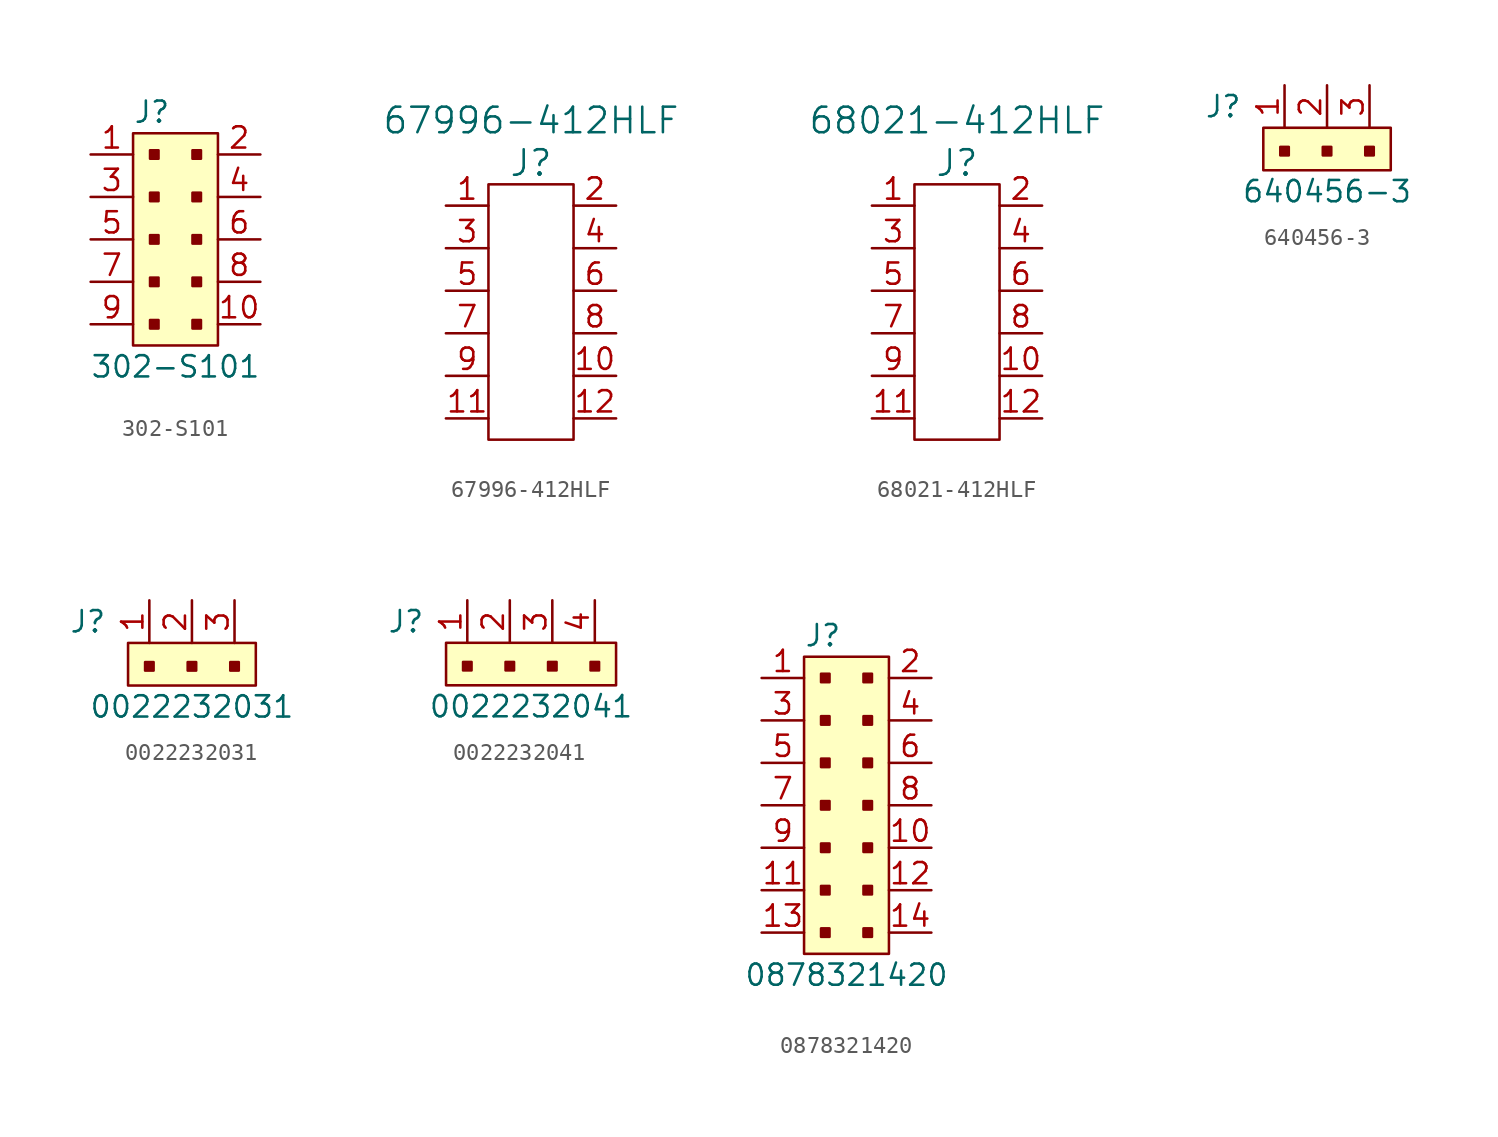
<source format=kicad_sym>
(kicad_symbol_lib
  (version 20211014)
  (generator kicad_symbol_editor)
  (symbol "302-S101"
    (pin_names
      (offset 1.016))
    (property "Reference" "J"
      (at -2.54 7.62 0)
      (effects (font (size 1.27 1.27)) (justify left)))
    (property "Value" "302-S101"
      (at 0 -7.62 0)
      (effects (font (size 1.27 1.27))))
    (symbol "302-S101_1_1"
      (rectangle (start -2.54 6.35) (end 2.54 -6.35) (stroke (width 0) (type default) (color 0 0 0 0)) (fill (type background)))
      (rectangle (start -1.524 -4.826) (end -1.016 -5.334) (stroke (width 0) (type default) (color 0 0 0 0)) (fill (type outline)))
      (rectangle (start -1.524 -2.286) (end -1.016 -2.794) (stroke (width 0) (type default) (color 0 0 0 0)) (fill (type outline)))
      (rectangle (start -1.524 0.254) (end -1.016 -0.254) (stroke (width 0) (type default) (color 0 0 0 0)) (fill (type outline)))
      (rectangle (start -1.524 2.794) (end -1.016 2.286) (stroke (width 0) (type default) (color 0 0 0 0)) (fill (type outline)))
      (rectangle (start -1.524 5.334) (end -1.016 4.826) (stroke (width 0) (type default) (color 0 0 0 0)) (fill (type outline)))
      (rectangle (start 1.016 -4.826) (end 1.524 -5.334) (stroke (width 0) (type default) (color 0 0 0 0)) (fill (type outline)))
      (rectangle (start 1.016 -2.286) (end 1.524 -2.794) (stroke (width 0) (type default) (color 0 0 0 0)) (fill (type outline)))
      (rectangle (start 1.016 0.254) (end 1.524 -0.254) (stroke (width 0) (type default) (color 0 0 0 0)) (fill (type outline)))
      (rectangle (start 1.016 2.794) (end 1.524 2.286) (stroke (width 0) (type default) (color 0 0 0 0)) (fill (type outline)))
      (rectangle (start 1.016 5.334) (end 1.524 4.826) (stroke (width 0) (type default) (color 0 0 0 0)) (fill (type outline)))
      (pin passive line (at -5.08 5.08 0) (length 2.54) (name "~" (effects (font (size 1.27 1.27)))) (number "1" (effects (font (size 1.27 1.27)))))
      (pin passive line (at 5.08 -5.08 180) (length 2.54) (name "~" (effects (font (size 1.27 1.27)))) (number "10" (effects (font (size 1.27 1.27)))))
      (pin passive line (at 5.08 5.08 180) (length 2.54) (name "~" (effects (font (size 1.27 1.27)))) (number "2" (effects (font (size 1.27 1.27)))))
      (pin passive line (at -5.08 2.54 0) (length 2.54) (name "~" (effects (font (size 1.27 1.27)))) (number "3" (effects (font (size 1.27 1.27)))))
      (pin passive line (at 5.08 2.54 180) (length 2.54) (name "~" (effects (font (size 1.27 1.27)))) (number "4" (effects (font (size 1.27 1.27)))))
      (pin passive line (at -5.08 0 0) (length 2.54) (name "~" (effects (font (size 1.27 1.27)))) (number "5" (effects (font (size 1.27 1.27)))))
      (pin passive line (at 5.08 0 180) (length 2.54) (name "~" (effects (font (size 1.27 1.27)))) (number "6" (effects (font (size 1.27 1.27)))))
      (pin passive line (at -5.08 -2.54 0) (length 2.54) (name "~" (effects (font (size 1.27 1.27)))) (number "7" (effects (font (size 1.27 1.27)))))
      (pin passive line (at 5.08 -2.54 180) (length 2.54) (name "~" (effects (font (size 1.27 1.27)))) (number "8" (effects (font (size 1.27 1.27)))))
      (pin passive line (at -5.08 -5.08 0) (length 2.54) (name "~" (effects (font (size 1.27 1.27)))) (number "9" (effects (font (size 1.27 1.27)))))))
  (symbol "67996-412HLF"
    (pin_names
      (offset 1.016))
    (property "Reference" "J"
      (at 0 7.62 0)
      (effects (font (size 1.524 1.524))))
    (property "Value" "67996-412HLF"
      (at 0 10.16 0)
      (effects (font (size 1.524 1.524))))
    (symbol "67996-412HLF_0_1"
      (rectangle (start -2.54 6.35) (end 2.54 -8.89) (stroke (width 0) (type default) (color 0 0 0 0)) (fill (type none))))
    (symbol "67996-412HLF_1_1"
      (pin passive line (at -5.08 5.08 0) (length 2.54) (name "~" (effects (font (size 1.27 1.27)))) (number "1" (effects (font (size 1.27 1.27)))))
      (pin passive line (at 5.08 -5.08 180) (length 2.54) (name "~" (effects (font (size 1.27 1.27)))) (number "10" (effects (font (size 1.27 1.27)))))
      (pin passive line (at -5.08 -7.62 0) (length 2.54) (name "~" (effects (font (size 1.27 1.27)))) (number "11" (effects (font (size 1.27 1.27)))))
      (pin passive line (at 5.08 -7.62 180) (length 2.54) (name "~" (effects (font (size 1.27 1.27)))) (number "12" (effects (font (size 1.27 1.27)))))
      (pin passive line (at 5.08 5.08 180) (length 2.54) (name "~" (effects (font (size 1.27 1.27)))) (number "2" (effects (font (size 1.27 1.27)))))
      (pin passive line (at -5.08 2.54 0) (length 2.54) (name "~" (effects (font (size 1.27 1.27)))) (number "3" (effects (font (size 1.27 1.27)))))
      (pin passive line (at 5.08 2.54 180) (length 2.54) (name "~" (effects (font (size 1.27 1.27)))) (number "4" (effects (font (size 1.27 1.27)))))
      (pin passive line (at -5.08 0 0) (length 2.54) (name "~" (effects (font (size 1.27 1.27)))) (number "5" (effects (font (size 1.27 1.27)))))
      (pin passive line (at 5.08 0 180) (length 2.54) (name "~" (effects (font (size 1.27 1.27)))) (number "6" (effects (font (size 1.27 1.27)))))
      (pin passive line (at -5.08 -2.54 0) (length 2.54) (name "~" (effects (font (size 1.27 1.27)))) (number "7" (effects (font (size 1.27 1.27)))))
      (pin passive line (at 5.08 -2.54 180) (length 2.54) (name "~" (effects (font (size 1.27 1.27)))) (number "8" (effects (font (size 1.27 1.27)))))
      (pin passive line (at -5.08 -5.08 0) (length 2.54) (name "~" (effects (font (size 1.27 1.27)))) (number "9" (effects (font (size 1.27 1.27)))))))
  (symbol "68021-412HLF"
    (pin_names
      (offset 1.016))
    (property "Reference" "J"
      (at 0 7.62 0)
      (effects (font (size 1.524 1.524))))
    (property "Value" "68021-412HLF"
      (at 0 10.16 0)
      (effects (font (size 1.524 1.524))))
    (symbol "68021-412HLF_0_1"
      (rectangle (start -2.54 6.35) (end 2.54 -8.89) (stroke (width 0) (type default) (color 0 0 0 0)) (fill (type none))))
    (symbol "68021-412HLF_1_1"
      (pin passive line (at -5.08 5.08 0) (length 2.54) (name "~" (effects (font (size 1.27 1.27)))) (number "1" (effects (font (size 1.27 1.27)))))
      (pin passive line (at 5.08 -5.08 180) (length 2.54) (name "~" (effects (font (size 1.27 1.27)))) (number "10" (effects (font (size 1.27 1.27)))))
      (pin passive line (at -5.08 -7.62 0) (length 2.54) (name "~" (effects (font (size 1.27 1.27)))) (number "11" (effects (font (size 1.27 1.27)))))
      (pin passive line (at 5.08 -7.62 180) (length 2.54) (name "~" (effects (font (size 1.27 1.27)))) (number "12" (effects (font (size 1.27 1.27)))))
      (pin passive line (at 5.08 5.08 180) (length 2.54) (name "~" (effects (font (size 1.27 1.27)))) (number "2" (effects (font (size 1.27 1.27)))))
      (pin passive line (at -5.08 2.54 0) (length 2.54) (name "~" (effects (font (size 1.27 1.27)))) (number "3" (effects (font (size 1.27 1.27)))))
      (pin passive line (at 5.08 2.54 180) (length 2.54) (name "~" (effects (font (size 1.27 1.27)))) (number "4" (effects (font (size 1.27 1.27)))))
      (pin passive line (at -5.08 0 0) (length 2.54) (name "~" (effects (font (size 1.27 1.27)))) (number "5" (effects (font (size 1.27 1.27)))))
      (pin passive line (at 5.08 0 180) (length 2.54) (name "~" (effects (font (size 1.27 1.27)))) (number "6" (effects (font (size 1.27 1.27)))))
      (pin passive line (at -5.08 -2.54 0) (length 2.54) (name "~" (effects (font (size 1.27 1.27)))) (number "7" (effects (font (size 1.27 1.27)))))
      (pin passive line (at 5.08 -2.54 180) (length 2.54) (name "~" (effects (font (size 1.27 1.27)))) (number "8" (effects (font (size 1.27 1.27)))))
      (pin passive line (at -5.08 -5.08 0) (length 2.54) (name "~" (effects (font (size 1.27 1.27)))) (number "9" (effects (font (size 1.27 1.27)))))))
  (symbol "640456-3"
    (pin_names
      (offset 1.016))
    (property "Reference" "J"
      (at -2.54 1.27 0)
      (effects (font (size 1.27 1.27)) (justify right)))
    (property "Value" "640456-3"
      (at 2.54 -3.81 0)
      (effects (font (size 1.27 1.27))))
    (symbol "640456-3_1_1"
      (rectangle (start -1.27 0) (end 6.35 -2.54) (stroke (width 0) (type default) (color 0 0 0 0)) (fill (type background)))
      (rectangle (start -0.254 -1.143) (end 0.254 -1.651) (stroke (width 0) (type default) (color 0 0 0 0)) (fill (type outline)))
      (rectangle (start 2.286 -1.143) (end 2.794 -1.651) (stroke (width 0) (type default) (color 0 0 0 0)) (fill (type outline)))
      (rectangle (start 4.826 -1.143) (end 5.334 -1.651) (stroke (width 0) (type default) (color 0 0 0 0)) (fill (type outline)))
      (pin passive line (at 0 2.54 270) (length 2.54) (name "~" (effects (font (size 1.27 1.27)))) (number "1" (effects (font (size 1.27 1.27)))))
      (pin passive line (at 2.54 2.54 270) (length 2.54) (name "~" (effects (font (size 1.27 1.27)))) (number "2" (effects (font (size 1.27 1.27)))))
      (pin passive line (at 5.08 2.54 270) (length 2.54) (name "~" (effects (font (size 1.27 1.27)))) (number "3" (effects (font (size 1.27 1.27)))))))
  (symbol "0022232031"
    (pin_names
      (offset 1.016))
    (property "Reference" "J"
      (at -2.54 1.27 0)
      (effects (font (size 1.27 1.27)) (justify right)))
    (property "Value" "0022232031"
      (at 2.54 -3.81 0)
      (effects (font (size 1.27 1.27))))
    (symbol "0022232031_1_1"
      (rectangle (start -1.27 0) (end 6.35 -2.54) (stroke (width 0) (type default) (color 0 0 0 0)) (fill (type background)))
      (rectangle (start -0.254 -1.143) (end 0.254 -1.651) (stroke (width 0) (type default) (color 0 0 0 0)) (fill (type outline)))
      (rectangle (start 2.286 -1.143) (end 2.794 -1.651) (stroke (width 0) (type default) (color 0 0 0 0)) (fill (type outline)))
      (rectangle (start 4.826 -1.143) (end 5.334 -1.651) (stroke (width 0) (type default) (color 0 0 0 0)) (fill (type outline)))
      (pin passive line (at 0 2.54 270) (length 2.54) (name "~" (effects (font (size 1.27 1.27)))) (number "1" (effects (font (size 1.27 1.27)))))
      (pin passive line (at 2.54 2.54 270) (length 2.54) (name "~" (effects (font (size 1.27 1.27)))) (number "2" (effects (font (size 1.27 1.27)))))
      (pin passive line (at 5.08 2.54 270) (length 2.54) (name "~" (effects (font (size 1.27 1.27)))) (number "3" (effects (font (size 1.27 1.27)))))))
  (symbol "0022232041"
    (pin_names
      (offset 1.016))
    (property "Reference" "J"
      (at -2.54 1.27 0)
      (effects (font (size 1.27 1.27)) (justify right)))
    (property "Value" "0022232041"
      (at 3.81 -3.81 0)
      (effects (font (size 1.27 1.27))))
    (symbol "0022232041_1_1"
      (rectangle (start -1.27 0) (end 8.89 -2.54) (stroke (width 0) (type default) (color 0 0 0 0)) (fill (type background)))
      (rectangle (start -0.254 -1.143) (end 0.254 -1.651) (stroke (width 0) (type default) (color 0 0 0 0)) (fill (type outline)))
      (rectangle (start 2.286 -1.143) (end 2.794 -1.651) (stroke (width 0) (type default) (color 0 0 0 0)) (fill (type outline)))
      (rectangle (start 4.826 -1.143) (end 5.334 -1.651) (stroke (width 0) (type default) (color 0 0 0 0)) (fill (type outline)))
      (rectangle (start 7.366 -1.143) (end 7.874 -1.651) (stroke (width 0) (type default) (color 0 0 0 0)) (fill (type outline)))
      (pin passive line (at 0 2.54 270) (length 2.54) (name "~" (effects (font (size 1.27 1.27)))) (number "1" (effects (font (size 1.27 1.27)))))
      (pin passive line (at 2.54 2.54 270) (length 2.54) (name "~" (effects (font (size 1.27 1.27)))) (number "2" (effects (font (size 1.27 1.27)))))
      (pin passive line (at 5.08 2.54 270) (length 2.54) (name "~" (effects (font (size 1.27 1.27)))) (number "3" (effects (font (size 1.27 1.27)))))
      (pin passive line (at 7.62 2.54 270) (length 2.54) (name "~" (effects (font (size 1.27 1.27)))) (number "4" (effects (font (size 1.27 1.27)))))))
  (symbol "0878321420"
    (pin_names
      (offset 1.016))
    (property "Reference" "J"
      (at -2.54 10.16 0)
      (effects (font (size 1.27 1.27)) (justify left)))
    (property "Value" "0878321420"
      (at 0 -10.16 0)
      (effects (font (size 1.27 1.27))))
    (symbol "0878321420_1_1"
      (rectangle (start -2.54 8.89) (end 2.54 -8.89) (stroke (width 0) (type default) (color 0 0 0 0)) (fill (type background)))
      (rectangle (start -1.524 -7.366) (end -1.016 -7.874) (stroke (width 0) (type default) (color 0 0 0 0)) (fill (type outline)))
      (rectangle (start -1.524 -4.826) (end -1.016 -5.334) (stroke (width 0) (type default) (color 0 0 0 0)) (fill (type outline)))
      (rectangle (start -1.524 -2.286) (end -1.016 -2.794) (stroke (width 0) (type default) (color 0 0 0 0)) (fill (type outline)))
      (rectangle (start -1.524 0.254) (end -1.016 -0.254) (stroke (width 0) (type default) (color 0 0 0 0)) (fill (type outline)))
      (rectangle (start -1.524 2.794) (end -1.016 2.286) (stroke (width 0) (type default) (color 0 0 0 0)) (fill (type outline)))
      (rectangle (start -1.524 5.334) (end -1.016 4.826) (stroke (width 0) (type default) (color 0 0 0 0)) (fill (type outline)))
      (rectangle (start -1.524 7.874) (end -1.016 7.366) (stroke (width 0) (type default) (color 0 0 0 0)) (fill (type outline)))
      (rectangle (start 1.016 -7.366) (end 1.524 -7.874) (stroke (width 0) (type default) (color 0 0 0 0)) (fill (type outline)))
      (rectangle (start 1.016 -4.826) (end 1.524 -5.334) (stroke (width 0) (type default) (color 0 0 0 0)) (fill (type outline)))
      (rectangle (start 1.016 -2.286) (end 1.524 -2.794) (stroke (width 0) (type default) (color 0 0 0 0)) (fill (type outline)))
      (rectangle (start 1.016 0.254) (end 1.524 -0.254) (stroke (width 0) (type default) (color 0 0 0 0)) (fill (type outline)))
      (rectangle (start 1.016 2.794) (end 1.524 2.286) (stroke (width 0) (type default) (color 0 0 0 0)) (fill (type outline)))
      (rectangle (start 1.016 5.334) (end 1.524 4.826) (stroke (width 0) (type default) (color 0 0 0 0)) (fill (type outline)))
      (rectangle (start 1.016 7.874) (end 1.524 7.366) (stroke (width 0) (type default) (color 0 0 0 0)) (fill (type outline)))
      (pin passive line (at -5.08 7.62 0) (length 2.54) (name "~" (effects (font (size 1.27 1.27)))) (number "1" (effects (font (size 1.27 1.27)))))
      (pin passive line (at 5.08 -2.54 180) (length 2.54) (name "~" (effects (font (size 1.27 1.27)))) (number "10" (effects (font (size 1.27 1.27)))))
      (pin passive line (at -5.08 -5.08 0) (length 2.54) (name "~" (effects (font (size 1.27 1.27)))) (number "11" (effects (font (size 1.27 1.27)))))
      (pin passive line (at 5.08 -5.08 180) (length 2.54) (name "~" (effects (font (size 1.27 1.27)))) (number "12" (effects (font (size 1.27 1.27)))))
      (pin passive line (at -5.08 -7.62 0) (length 2.54) (name "~" (effects (font (size 1.27 1.27)))) (number "13" (effects (font (size 1.27 1.27)))))
      (pin passive line (at 5.08 -7.62 180) (length 2.54) (name "~" (effects (font (size 1.27 1.27)))) (number "14" (effects (font (size 1.27 1.27)))))
      (pin passive line (at 5.08 7.62 180) (length 2.54) (name "~" (effects (font (size 1.27 1.27)))) (number "2" (effects (font (size 1.27 1.27)))))
      (pin passive line (at -5.08 5.08 0) (length 2.54) (name "~" (effects (font (size 1.27 1.27)))) (number "3" (effects (font (size 1.27 1.27)))))
      (pin passive line (at 5.08 5.08 180) (length 2.54) (name "~" (effects (font (size 1.27 1.27)))) (number "4" (effects (font (size 1.27 1.27)))))
      (pin passive line (at -5.08 2.54 0) (length 2.54) (name "~" (effects (font (size 1.27 1.27)))) (number "5" (effects (font (size 1.27 1.27)))))
      (pin passive line (at 5.08 2.54 180) (length 2.54) (name "~" (effects (font (size 1.27 1.27)))) (number "6" (effects (font (size 1.27 1.27)))))
      (pin passive line (at -5.08 0 0) (length 2.54) (name "~" (effects (font (size 1.27 1.27)))) (number "7" (effects (font (size 1.27 1.27)))))
      (pin passive line (at 5.08 0 180) (length 2.54) (name "~" (effects (font (size 1.27 1.27)))) (number "8" (effects (font (size 1.27 1.27)))))
      (pin passive line (at -5.08 -2.54 0) (length 2.54) (name "~" (effects (font (size 1.27 1.27)))) (number "9" (effects (font (size 1.27 1.27))))))))
</source>
